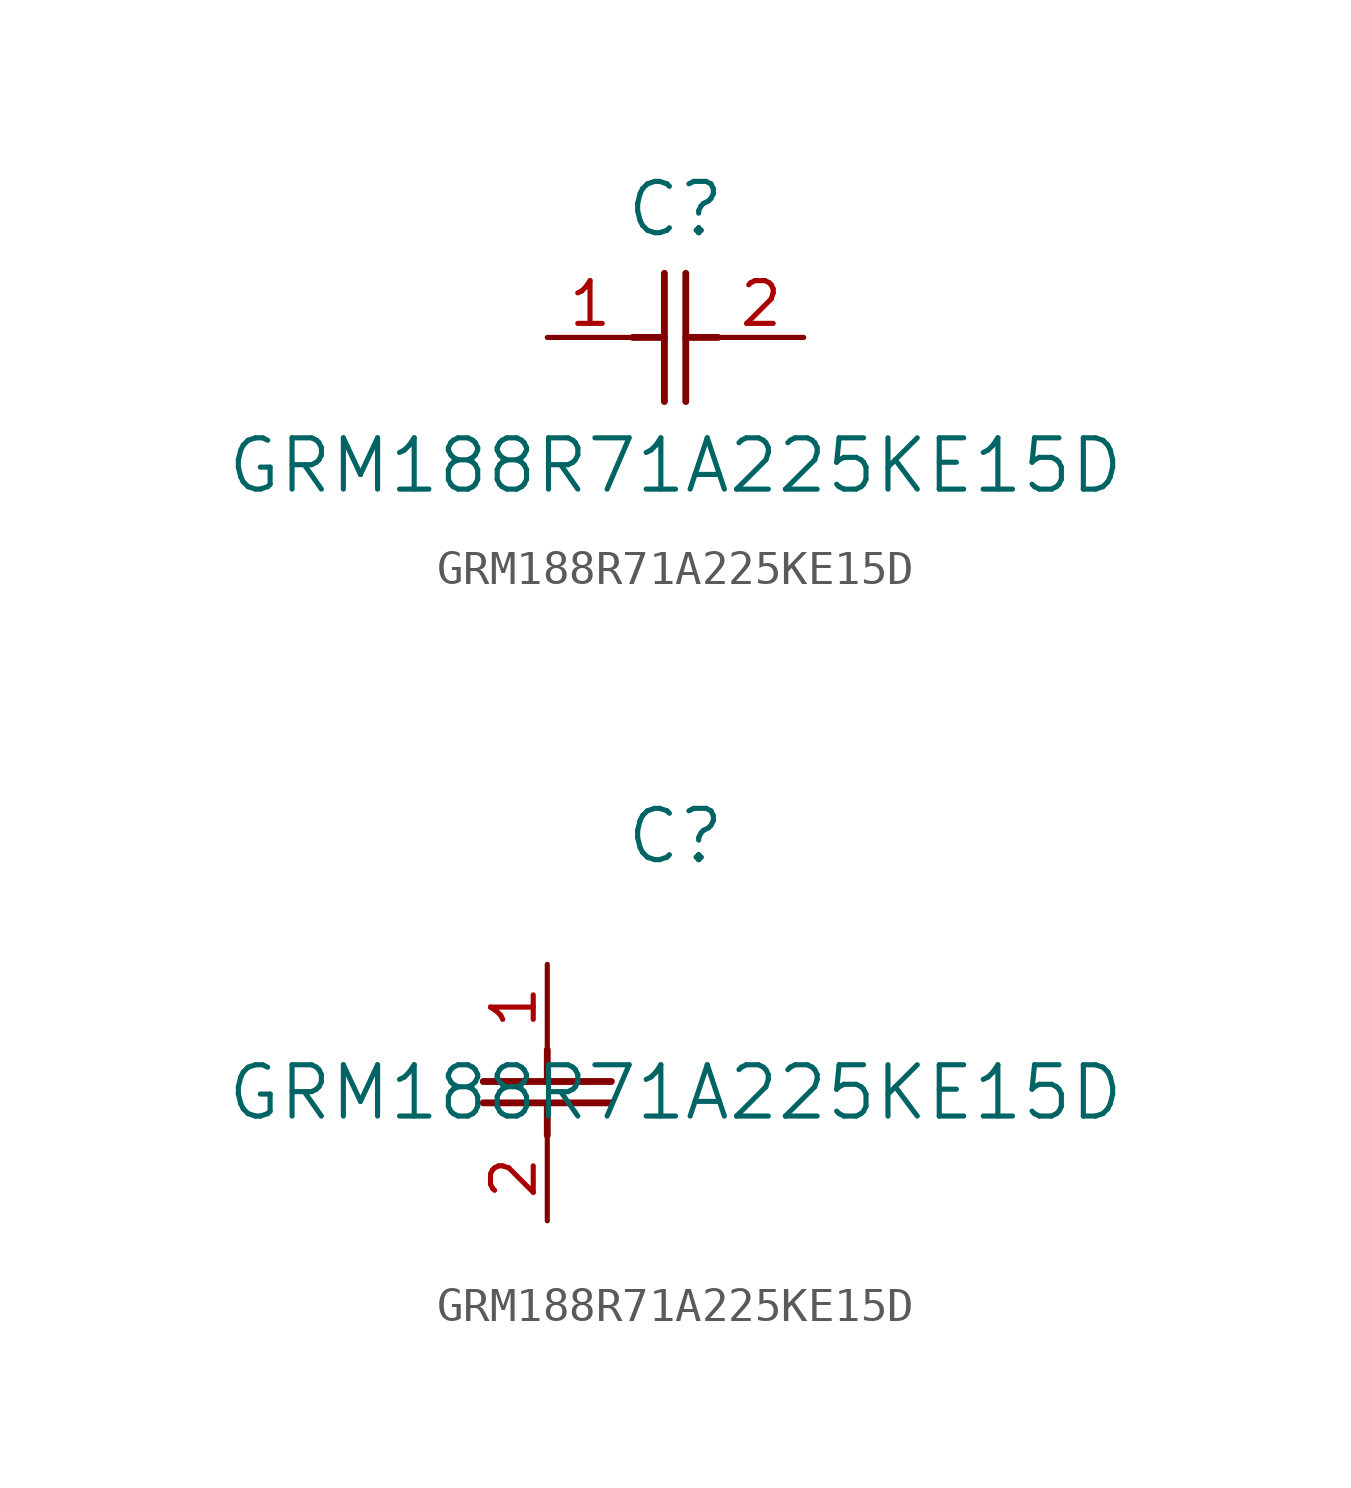
<source format=kicad_sym>
(kicad_symbol_lib
  (version 20211014)
  (generator kicad_symbol_editor)
  (symbol "GRM188R71A225KE15D"
    (pin_names
      (offset 0.254))
    (property "Reference" "C"
      (at 3.81 3.81 0)
      (effects (font (size 1.524 1.524))))
    (property "Value" "GRM188R71A225KE15D"
      (at 3.81 -3.81 0)
      (effects (font (size 1.524 1.524))))
    (symbol "GRM188R71A225KE15D_1_1"
      (polyline (pts (xy 3.48 -1.905) (xy 3.48 1.905)) (stroke (width 0.203) (type default) (color 0 0 0 0)) (fill (type none)))
      (polyline (pts (xy 4.115 -1.905) (xy 4.115 1.905)) (stroke (width 0.203) (type default) (color 0 0 0 0)) (fill (type none)))
      (polyline (pts (xy 4.115 0) (xy 5.08 0)) (stroke (width 0.203) (type default) (color 0 0 0 0)) (fill (type none)))
      (polyline (pts (xy 2.54 0) (xy 3.48 0)) (stroke (width 0.203) (type default) (color 0 0 0 0)) (fill (type none)))
      (pin unspecified line (at 0 0 0) (length 2.54) (name "" (effects (font (size 1.27 1.27)))) (number "1" (effects (font (size 1.27 1.27)))))
      (pin unspecified line (at 7.62 0 180) (length 2.54) (name "" (effects (font (size 1.27 1.27)))) (number "2" (effects (font (size 1.27 1.27))))))
    (symbol "GRM188R71A225KE15D_1_2"
      (polyline (pts (xy -1.905 -3.48) (xy 1.905 -3.48)) (stroke (width 0.203) (type default) (color 0 0 0 0)) (fill (type none)))
      (polyline (pts (xy -1.905 -4.115) (xy 1.905 -4.115)) (stroke (width 0.203) (type default) (color 0 0 0 0)) (fill (type none)))
      (polyline (pts (xy 0 -4.115) (xy 0 -5.08)) (stroke (width 0.203) (type default) (color 0 0 0 0)) (fill (type none)))
      (polyline (pts (xy 0 -2.54) (xy 0 -3.48)) (stroke (width 0.203) (type default) (color 0 0 0 0)) (fill (type none)))
      (pin unspecified line (at 0 0 270) (length 2.54) (name "" (effects (font (size 1.27 1.27)))) (number "1" (effects (font (size 1.27 1.27)))))
      (pin unspecified line (at 0 -7.62 90) (length 2.54) (name "" (effects (font (size 1.27 1.27)))) (number "2" (effects (font (size 1.27 1.27))))))))
</source>
